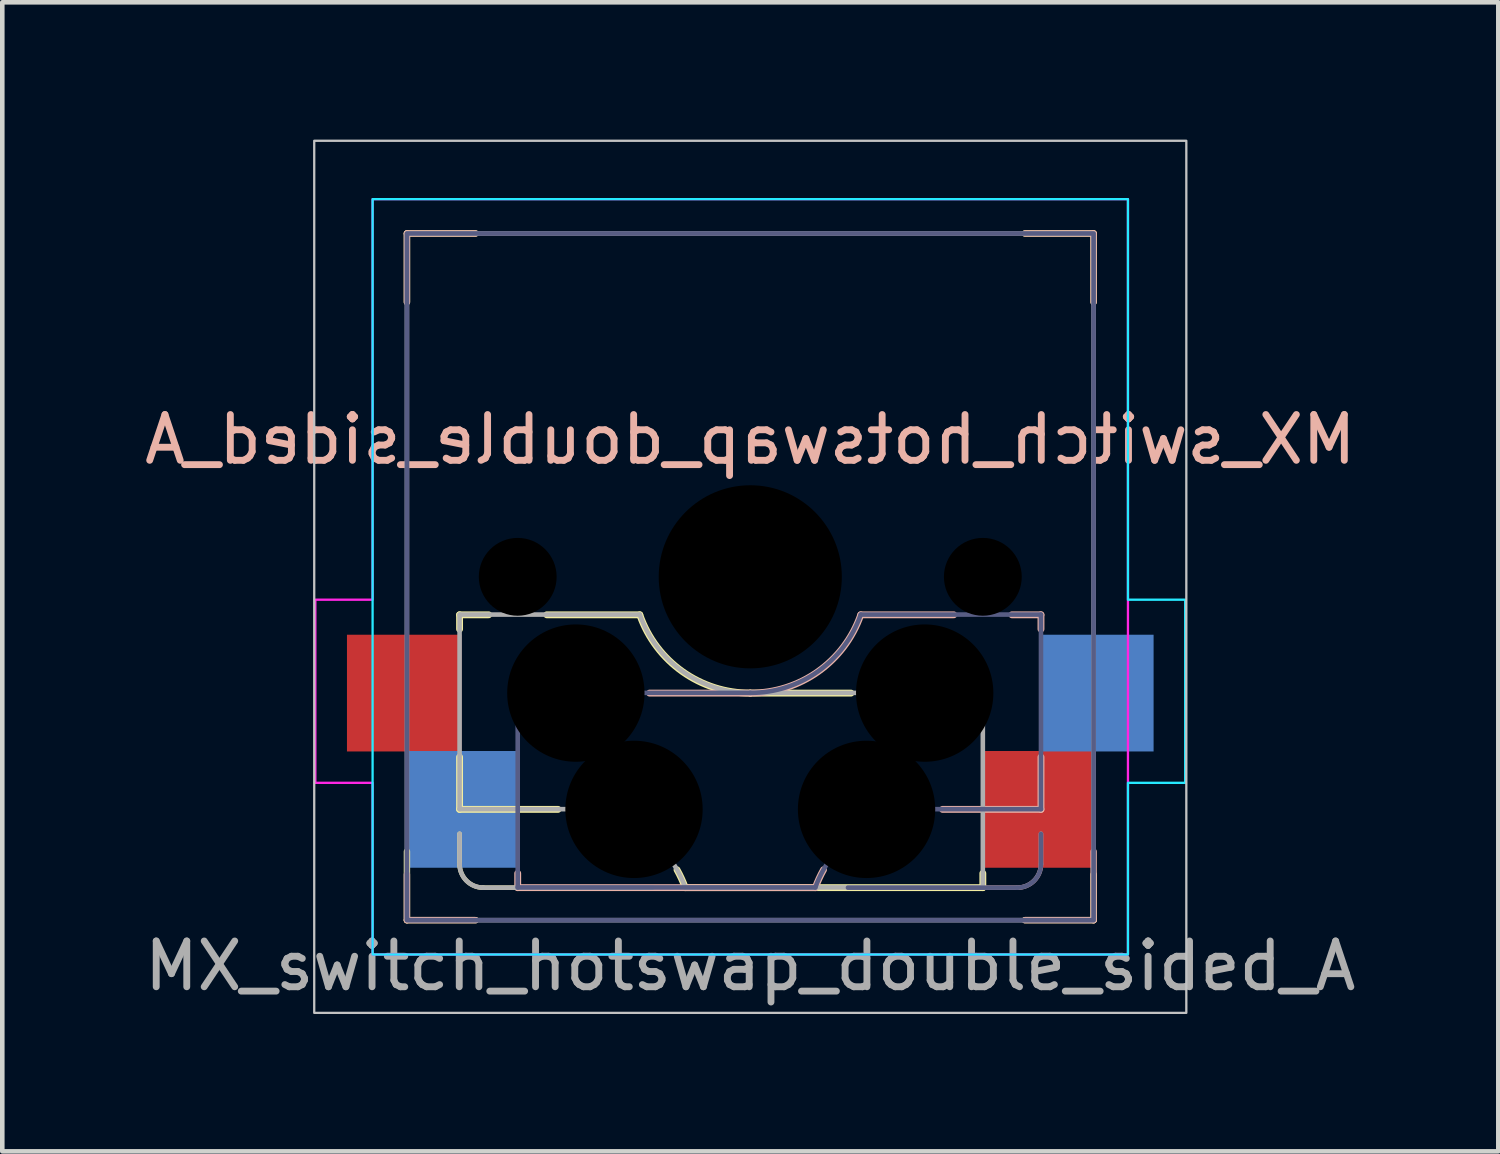
<source format=kicad_pcb>
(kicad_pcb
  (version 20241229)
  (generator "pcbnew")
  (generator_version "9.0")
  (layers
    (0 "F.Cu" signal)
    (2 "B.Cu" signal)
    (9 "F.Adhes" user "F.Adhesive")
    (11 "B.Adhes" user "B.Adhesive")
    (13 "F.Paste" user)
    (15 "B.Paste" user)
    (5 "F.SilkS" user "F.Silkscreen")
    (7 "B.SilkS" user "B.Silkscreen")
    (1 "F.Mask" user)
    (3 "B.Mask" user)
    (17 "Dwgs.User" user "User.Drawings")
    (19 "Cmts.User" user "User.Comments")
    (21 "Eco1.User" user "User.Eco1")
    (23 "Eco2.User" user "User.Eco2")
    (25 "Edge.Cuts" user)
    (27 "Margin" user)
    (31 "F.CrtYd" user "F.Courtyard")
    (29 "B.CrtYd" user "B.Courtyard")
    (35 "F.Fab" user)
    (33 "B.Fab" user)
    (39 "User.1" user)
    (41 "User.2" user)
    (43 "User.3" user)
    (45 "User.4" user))
  (footprint "MX_switch_hotswap_double_sided_A"
    (layer "F.Cu")
    (at 13.339 9.55)
    (property "Reference" "MX_switch_hotswap_double_sided_A" (at 0 -3 0) (unlocked yes) (layer "B.SilkS") (effects (font (size 1 1) (thickness 0.15)) (justify mirror)))
    (attr smd)
    (fp_line (start -7.5 -7.5) (end -7.5 -6) (stroke (width 0.14) (type solid)) (layer "F.SilkS"))
    (fp_line (start -7.5 -7.5) (end -6 -7.5) (stroke (width 0.14) (type solid)) (layer "F.SilkS"))
    (fp_line (start -7.5 7.5) (end -7.5 6) (stroke (width 0.14) (type solid)) (layer "F.SilkS"))
    (fp_line (start -7.5 7.5) (end -6 7.5) (stroke (width 0.14) (type solid)) (layer "F.SilkS"))
    (fp_line (start -6.35 0.83) (end -6.35 1.143) (stroke (width 0.15) (type solid)) (layer "F.SilkS"))
    (fp_line (start -6.35 0.83) (end -5.715 0.83) (stroke (width 0.15) (type solid)) (layer "F.SilkS"))
    (fp_line (start -6.35 3.937) (end -6.35 5.08) (stroke (width 0.15) (type solid)) (layer "F.SilkS"))
    (fp_line (start -6.35 5.08) (end -4.2 5.08) (stroke (width 0.15) (type solid)) (layer "F.SilkS"))
    (fp_line (start -6.35 5.613) (end -6.35 6.274) (stroke (width 0.1) (type solid)) (layer "F.SilkS"))
    (fp_line (start -4.445 0.83) (end -2.413 0.83) (stroke (width 0.15) (type solid)) (layer "F.SilkS"))
    (fp_line (start -2.134 6.79) (end -5.834 6.79) (stroke (width 0.1) (type solid)) (layer "F.SilkS"))
    (fp_line (start 2.2 2.54) (end 0 2.54) (stroke (width 0.15) (type solid)) (layer "F.SilkS"))
    (fp_line (start 5.08 6.477) (end 5.08 6.79) (stroke (width 0.15) (type solid)) (layer "F.SilkS"))
    (fp_line (start 5.08 6.79) (end -1.421 6.79) (stroke (width 0.15) (type solid)) (layer "F.SilkS"))
    (fp_line (start 7.5 -7.5) (end 6 -7.5) (stroke (width 0.14) (type solid)) (layer "F.SilkS"))
    (fp_line (start 7.5 -7.5) (end 7.5 -6) (stroke (width 0.14) (type solid)) (layer "F.SilkS"))
    (fp_line (start 7.5 7.5) (end 6 7.5) (stroke (width 0.14) (type solid)) (layer "F.SilkS"))
    (fp_line (start 7.5 7.5) (end 7.5 6.5) (stroke (width 0.14) (type solid)) (layer "F.SilkS"))
    (fp_arc (start -5.8338 6.79) (mid -6.198809 6.638809) (end -6.35 6.2738) (stroke (width 0.1) (type solid)) (layer "F.SilkS"))
    (fp_arc (start -1.6 6.4) (mid -1.502613 6.591419) (end -1.420812 6.79) (stroke (width 0.15) (type solid)) (layer "F.SilkS"))
    (fp_arc (start 0 2.54) (mid -1.480188 2.071204) (end -2.413 0.83) (stroke (width 0.15) (type solid)) (layer "F.SilkS"))
    (fp_line (start -7.5 -7.5) (end -7.5 -6) (stroke (width 0.14) (type solid)) (layer "B.SilkS"))
    (fp_line (start -7.5 -7.5) (end -6 -7.5) (stroke (width 0.14) (type solid)) (layer "B.SilkS"))
    (fp_line (start -7.5 7.5) (end -7.5 6.5) (stroke (width 0.14) (type solid)) (layer "B.SilkS"))
    (fp_line (start -7.5 7.5) (end -6 7.5) (stroke (width 0.14) (type solid)) (layer "B.SilkS"))
    (fp_line (start -5.08 6.477) (end -5.08 6.79) (stroke (width 0.15) (type solid)) (layer "B.SilkS"))
    (fp_line (start -5.08 6.79) (end 1.421 6.79) (stroke (width 0.15) (type solid)) (layer "B.SilkS"))
    (fp_line (start -2.2 2.54) (end 0 2.54) (stroke (width 0.15) (type solid)) (layer "B.SilkS"))
    (fp_line (start 2.134 6.79) (end 5.834 6.79) (stroke (width 0.1) (type solid)) (layer "B.SilkS"))
    (fp_line (start 4.445 0.83) (end 2.413 0.83) (stroke (width 0.15) (type solid)) (layer "B.SilkS"))
    (fp_line (start 6.35 0.83) (end 5.715 0.83) (stroke (width 0.15) (type solid)) (layer "B.SilkS"))
    (fp_line (start 6.35 0.83) (end 6.35 1.143) (stroke (width 0.15) (type solid)) (layer "B.SilkS"))
    (fp_line (start 6.35 3.937) (end 6.35 5.08) (stroke (width 0.15) (type solid)) (layer "B.SilkS"))
    (fp_line (start 6.35 5.08) (end 4.2 5.08) (stroke (width 0.15) (type solid)) (layer "B.SilkS"))
    (fp_line (start 6.35 5.613) (end 6.35 6.274) (stroke (width 0.1) (type solid)) (layer "B.SilkS"))
    (fp_line (start 7.5 -7.5) (end 6 -7.5) (stroke (width 0.14) (type solid)) (layer "B.SilkS"))
    (fp_line (start 7.5 -7.5) (end 7.5 -6) (stroke (width 0.14) (type solid)) (layer "B.SilkS"))
    (fp_line (start 7.5 7.5) (end 6 7.5) (stroke (width 0.14) (type solid)) (layer "B.SilkS"))
    (fp_line (start 7.5 7.5) (end 7.5 6) (stroke (width 0.14) (type solid)) (layer "B.SilkS"))
    (fp_arc (start 1.420812 6.79) (mid 1.502613 6.59142) (end 1.6 6.4) (stroke (width 0.15) (type solid)) (layer "B.SilkS"))
    (fp_arc (start 2.413 0.83) (mid 1.480188 2.071204) (end 0 2.54) (stroke (width 0.15) (type solid)) (layer "B.SilkS"))
    (fp_arc (start 6.35 6.2738) (mid 6.198809 6.638809) (end 5.8338 6.79) (stroke (width 0.1) (type solid)) (layer "B.SilkS"))
    (fp_rect (start 9.525 -9.525) (end -9.525 9.525) (stroke (width 0.05) (type solid)) (fill no) (layer "Dwgs.User"))
    (fp_poly (pts (xy 8.25 0.5) (xy 9.5 0.5) (xy 9.5 4.5) (xy 8.25 4.5) (xy 8.25 8.25) (xy -8.25 8.25) (xy -8.25 -8.25) (xy 8.25 -8.25)) (stroke (width 0.05) (type solid)) (fill no) (layer "B.CrtYd"))
    (fp_poly (pts (xy -8.25 0.5) (xy -9.5 0.5) (xy -9.5 4.5) (xy -8.25 4.5) (xy -8.25 8.25) (xy 8.25 8.25) (xy 8.25 -8.25) (xy -8.25 -8.25)) (stroke (width 0.05) (type solid)) (fill no) (layer "F.CrtYd"))
    (fp_line (start -5.08 2.535) (end -5.08 6.785) (stroke (width 0.1) (type solid)) (layer "B.Fab"))
    (fp_line (start -5.08 2.535) (end 0 2.535) (stroke (width 0.1) (type solid)) (layer "B.Fab"))
    (fp_line (start -5.08 6.785) (end 1.421 6.785) (stroke (width 0.1) (type solid)) (layer "B.Fab"))
    (fp_line (start 2.134 6.79) (end 5.834 6.79) (stroke (width 0.1) (type solid)) (layer "B.Fab"))
    (fp_line (start 6.35 0.825) (end 2.413 0.825) (stroke (width 0.1) (type solid)) (layer "B.Fab"))
    (fp_line (start 6.35 0.825) (end 6.35 5.075) (stroke (width 0.1) (type solid)) (layer "B.Fab"))
    (fp_line (start 6.35 5.075) (end 3.937 5.075) (stroke (width 0.1) (type solid)) (layer "B.Fab"))
    (fp_line (start 6.35 5.613) (end 6.35 6.274) (stroke (width 0.1) (type solid)) (layer "B.Fab"))
    (fp_rect (start 7.5 -7.5) (end -7.5 7.5) (stroke (width 0.1) (type solid)) (fill no) (layer "B.Fab"))
    (fp_arc (start 1.420812 6.785) (mid 2.403572 5.524859) (end 3.937 5.075) (stroke (width 0.1) (type solid)) (layer "B.Fab"))
    (fp_arc (start 2.413 0.825) (mid 1.480188 2.066204) (end 0 2.535) (stroke (width 0.1) (type solid)) (layer "B.Fab"))
    (fp_arc (start 6.35 6.2738) (mid 6.198809 6.638809) (end 5.8338 6.79) (stroke (width 0.1) (type solid)) (layer "B.Fab"))
    (fp_line (start -6.35 0.825) (end -6.35 5.075) (stroke (width 0.1) (type solid)) (layer "F.Fab"))
    (fp_line (start -6.35 0.825) (end -2.413 0.825) (stroke (width 0.1) (type solid)) (layer "F.Fab"))
    (fp_line (start -6.35 5.075) (end -3.937 5.075) (stroke (width 0.1) (type solid)) (layer "F.Fab"))
    (fp_line (start -6.35 5.613) (end -6.35 6.274) (stroke (width 0.1) (type solid)) (layer "F.Fab"))
    (fp_line (start -2.134 6.79) (end -5.834 6.79) (stroke (width 0.1) (type solid)) (layer "F.Fab"))
    (fp_line (start 5.08 2.535) (end 0 2.535) (stroke (width 0.1) (type solid)) (layer "F.Fab"))
    (fp_line (start 5.08 2.535) (end 5.08 6.785) (stroke (width 0.1) (type solid)) (layer "F.Fab"))
    (fp_line (start 5.08 6.785) (end -1.421 6.785) (stroke (width 0.1) (type solid)) (layer "F.Fab"))
    (fp_rect (start -7.5 -7.5) (end 7.5 7.5) (stroke (width 0.1) (type solid)) (fill no) (layer "F.Fab"))
    (fp_arc (start -5.8338 6.79) (mid -6.198809 6.638809) (end -6.35 6.2738) (stroke (width 0.1) (type solid)) (layer "F.Fab"))
    (fp_arc (start -3.937 5.075) (mid -2.403571 5.524857) (end -1.420812 6.785) (stroke (width 0.1) (type solid)) (layer "F.Fab"))
    (fp_arc (start 0 2.535) (mid -1.480188 2.066204) (end -2.413 0.825) (stroke (width 0.1) (type solid)) (layer "F.Fab"))
    (fp_text user "${REFERENCE}" (at 0 8.5 0) (unlocked yes) (layer "F.Fab") (effects (font (size 1 1) (thickness 0.15))))
    (pad "" np_thru_hole circle (at -5.08 0) (size 1.7 1.7) (drill 1.7) (layers "*.Mask"))
    (pad "" np_thru_hole circle (at -3.81 2.54) (size 3 3) (drill 3) (layers "*.Mask"))
    (pad "" np_thru_hole circle (at -2.54 5.08) (size 3 3) (drill 3) (layers "*.Mask"))
    (pad "" np_thru_hole circle (at 0 0) (size 4 4) (drill 4) (layers "*.Mask"))
    (pad "" np_thru_hole circle (at 2.54 5.08) (size 3 3) (drill 3) (layers "*.Mask"))
    (pad "" np_thru_hole circle (at 3.81 2.54) (size 3 3) (drill 3) (layers "*.Mask"))
    (pad "" np_thru_hole circle (at 5.08 0) (size 1.7 1.7) (drill 1.7) (layers "*.Mask"))
    (pad "1" smd rect (at -7.56 2.54) (size 2.5 2.55) (layers "F.Cu" "F.Mask" "F.Paste"))
    (pad "1" smd rect (at -6.29 5.08) (size 2.5 2.55) (layers "B.Cu" "B.Mask" "B.Paste"))
    (pad "2" smd rect (at 6.29 5.08) (size 2.5 2.55) (layers "F.Cu" "F.Mask" "F.Paste"))
    (pad "2" smd rect (at 7.56 2.54) (size 2.5 2.55) (layers "B.Cu" "B.Mask" "B.Paste")))
  (gr_rect
    (start -3 -3)
    (end 29.679 22.1)
    (stroke (width 0.1) (type default))
    (fill no)
    (layer "Edge.Cuts")))
</source>
